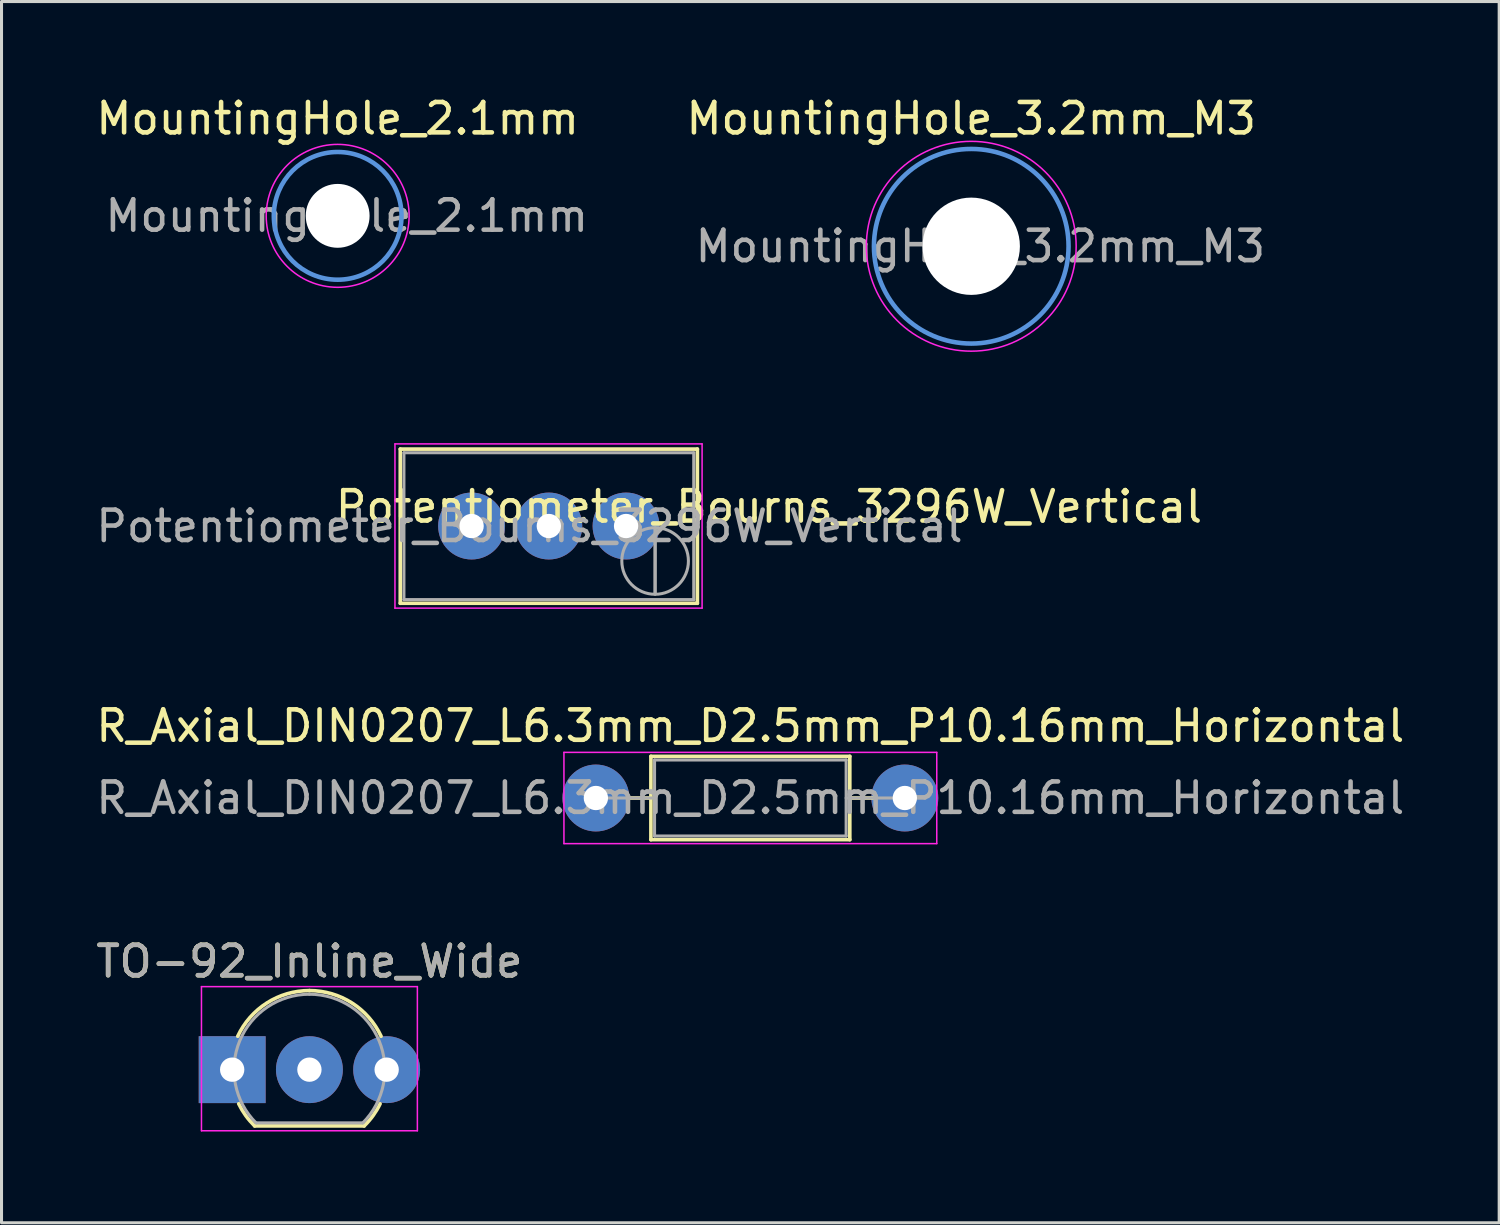
<source format=kicad_pcb>
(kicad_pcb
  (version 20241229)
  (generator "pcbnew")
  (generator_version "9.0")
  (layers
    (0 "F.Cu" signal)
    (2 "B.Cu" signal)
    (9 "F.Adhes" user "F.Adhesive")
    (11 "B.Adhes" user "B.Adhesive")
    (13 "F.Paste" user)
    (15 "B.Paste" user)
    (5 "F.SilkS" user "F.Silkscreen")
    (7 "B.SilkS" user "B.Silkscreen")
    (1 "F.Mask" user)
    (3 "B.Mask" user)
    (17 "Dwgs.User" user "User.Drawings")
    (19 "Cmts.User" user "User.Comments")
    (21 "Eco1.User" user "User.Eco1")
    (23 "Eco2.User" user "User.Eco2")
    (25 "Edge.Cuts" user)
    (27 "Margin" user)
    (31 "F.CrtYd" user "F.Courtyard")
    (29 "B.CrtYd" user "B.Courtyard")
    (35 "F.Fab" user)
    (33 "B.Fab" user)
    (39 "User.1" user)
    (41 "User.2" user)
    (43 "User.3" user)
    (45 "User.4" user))
  (footprint "Potentiometer_Bourns_3296W_Vertical"
    (layer "F.Cu")
    (at 17.538 14.248)
    (property "Reference" "Potentiometer_Bourns_3296W_Vertical" (at 4.699 -0.635 180) (layer "F.SilkS") (effects (font (size 1 1) (thickness 0.15))))
    (attr through_hole)
    (fp_line (start -7.425 -2.53) (end -7.425 2.54) (stroke (width 0.12) (type solid)) (layer "F.SilkS"))
    (fp_line (start -7.425 -2.53) (end 2.345 -2.53) (stroke (width 0.12) (type solid)) (layer "F.SilkS"))
    (fp_line (start -7.425 2.54) (end 2.345 2.54) (stroke (width 0.12) (type solid)) (layer "F.SilkS"))
    (fp_line (start 2.345 -2.53) (end 2.345 2.54) (stroke (width 0.12) (type solid)) (layer "F.SilkS"))
    (fp_line (start -7.6 -2.7) (end -7.6 2.7) (stroke (width 0.05) (type solid)) (layer "F.CrtYd"))
    (fp_line (start -7.6 2.7) (end 2.5 2.7) (stroke (width 0.05) (type solid)) (layer "F.CrtYd"))
    (fp_line (start 2.5 -2.7) (end -7.6 -2.7) (stroke (width 0.05) (type solid)) (layer "F.CrtYd"))
    (fp_line (start 2.5 2.7) (end 2.5 -2.7) (stroke (width 0.05) (type solid)) (layer "F.CrtYd"))
    (fp_line (start -7.305 -2.41) (end -7.305 2.42) (stroke (width 0.1) (type solid)) (layer "F.Fab"))
    (fp_line (start -7.305 2.42) (end 2.225 2.42) (stroke (width 0.1) (type solid)) (layer "F.Fab"))
    (fp_line (start 0.955 2.235) (end 0.956 0.066) (stroke (width 0.1) (type solid)) (layer "F.Fab"))
    (fp_line (start 0.955 2.235) (end 0.956 0.066) (stroke (width 0.1) (type solid)) (layer "F.Fab"))
    (fp_line (start 2.225 -2.41) (end -7.305 -2.41) (stroke (width 0.1) (type solid)) (layer "F.Fab"))
    (fp_line (start 2.225 2.42) (end 2.225 -2.41) (stroke (width 0.1) (type solid)) (layer "F.Fab"))
    (fp_circle (center 0.955 1.15) (end 2.05 1.15) (stroke (width 0.1) (type solid)) (fill no) (layer "F.Fab"))
    (fp_text user "${REFERENCE}" (at -3.175 0.005 180) (layer "F.Fab") (effects (font (size 1 1) (thickness 0.15))))
    (pad "1" thru_hole circle (at 0 0) (size 2.2 2.2) (drill 0.8) (layers "*.Cu" "*.Mask"))
    (pad "2" thru_hole circle (at -2.54 0) (size 2.2 2.2) (drill 0.8) (layers "*.Cu" "*.Mask"))
    (pad "3" thru_hole circle (at -5.08 0) (size 2.2 2.2) (drill 0.8) (layers "*.Cu" "*.Mask")))
  (footprint "TO-92_Inline_Wide"
    (layer "F.Cu")
    (at 4.585 32.125)
    (property "Reference" "TO-92_Inline_Wide" (at 2.54 -3.56 180) (layer "F.SilkS") (effects (font (size 1 1) (thickness 0.15))))
    (attr through_hole)
    (fp_line (start 0.74 1.85) (end 4.34 1.85) (stroke (width 0.12) (type solid)) (layer "F.SilkS"))
    (fp_arc (start 0.1836 -1.098807) (mid 1.143021 -2.192817) (end 2.54 -2.6) (stroke (width 0.12) (type solid)) (layer "F.SilkS"))
    (fp_arc (start 0.74 1.85) (mid 0.446097 1.509328) (end 0.215816 1.122795) (stroke (width 0.12) (type solid)) (layer "F.SilkS"))
    (fp_arc (start 2.54 -2.6) (mid 3.936979 -2.192818) (end 4.8964 -1.098807) (stroke (width 0.12) (type solid)) (layer "F.SilkS"))
    (fp_arc (start 4.864184 1.122795) (mid 4.633903 1.509328) (end 4.34 1.85) (stroke (width 0.12) (type solid)) (layer "F.SilkS"))
    (fp_line (start -1.01 -2.73) (end -1.01 2.01) (stroke (width 0.05) (type solid)) (layer "F.CrtYd"))
    (fp_line (start -1.01 -2.73) (end 6.09 -2.73) (stroke (width 0.05) (type solid)) (layer "F.CrtYd"))
    (fp_line (start 6.09 2.01) (end -1.01 2.01) (stroke (width 0.05) (type solid)) (layer "F.CrtYd"))
    (fp_line (start 6.09 2.01) (end 6.09 -2.73) (stroke (width 0.05) (type solid)) (layer "F.CrtYd"))
    (fp_line (start 0.8 1.75) (end 4.3 1.75) (stroke (width 0.1) (type solid)) (layer "F.Fab"))
    (fp_arc (start 0.786375 1.753625) (mid 0.248779 -0.949055) (end 2.54 -2.48) (stroke (width 0.1) (type solid)) (layer "F.Fab"))
    (fp_arc (start 2.54 -2.48) (mid 4.831221 -0.949055) (end 4.293625 1.753625) (stroke (width 0.1) (type solid)) (layer "F.Fab"))
    (fp_text user "${REFERENCE}" (at 2.54 -3.56 180) (layer "F.Fab") (effects (font (size 1 1) (thickness 0.15))))
    (pad "1" thru_hole rect (at 0 0 90) (size 2.2 2.2) (drill 0.8) (layers "*.Cu" "*.Mask"))
    (pad "2" thru_hole circle (at 2.54 0 90) (size 2.2 2.2) (drill 0.8) (layers "*.Cu" "*.Mask"))
    (pad "3" thru_hole circle (at 5.08 0 90) (size 2.2 2.2) (drill 0.8) (layers "*.Cu" "*.Mask")))
  (footprint "R_Axial_DIN0207_L6.3mm_D2.5mm_P10.16mm_Horizontal"
    (layer "F.Cu")
    (at 16.545 23.192)
    (property "Reference" "R_Axial_DIN0207_L6.3mm_D2.5mm_P10.16mm_Horizontal" (at 5.08 -2.37 0) (layer "F.SilkS") (effects (font (size 1 1) (thickness 0.15))))
    (attr through_hole)
    (fp_line (start 1.04 0) (end 1.81 0) (stroke (width 0.12) (type solid)) (layer "F.SilkS"))
    (fp_line (start 1.81 -1.37) (end 1.81 1.37) (stroke (width 0.12) (type solid)) (layer "F.SilkS"))
    (fp_line (start 1.81 1.37) (end 8.35 1.37) (stroke (width 0.12) (type solid)) (layer "F.SilkS"))
    (fp_line (start 8.35 -1.37) (end 1.81 -1.37) (stroke (width 0.12) (type solid)) (layer "F.SilkS"))
    (fp_line (start 8.35 1.37) (end 8.35 -1.37) (stroke (width 0.12) (type solid)) (layer "F.SilkS"))
    (fp_line (start 9.12 0) (end 8.35 0) (stroke (width 0.12) (type solid)) (layer "F.SilkS"))
    (fp_line (start -1.05 -1.5) (end -1.05 1.5) (stroke (width 0.05) (type solid)) (layer "F.CrtYd"))
    (fp_line (start -1.05 1.5) (end 11.21 1.5) (stroke (width 0.05) (type solid)) (layer "F.CrtYd"))
    (fp_line (start 11.21 -1.5) (end -1.05 -1.5) (stroke (width 0.05) (type solid)) (layer "F.CrtYd"))
    (fp_line (start 11.21 1.5) (end 11.21 -1.5) (stroke (width 0.05) (type solid)) (layer "F.CrtYd"))
    (fp_line (start 0 0) (end 1.93 0) (stroke (width 0.1) (type solid)) (layer "F.Fab"))
    (fp_line (start 1.93 -1.25) (end 1.93 1.25) (stroke (width 0.1) (type solid)) (layer "F.Fab"))
    (fp_line (start 1.93 1.25) (end 8.23 1.25) (stroke (width 0.1) (type solid)) (layer "F.Fab"))
    (fp_line (start 8.23 -1.25) (end 1.93 -1.25) (stroke (width 0.1) (type solid)) (layer "F.Fab"))
    (fp_line (start 8.23 1.25) (end 8.23 -1.25) (stroke (width 0.1) (type solid)) (layer "F.Fab"))
    (fp_line (start 10.16 0) (end 8.23 0) (stroke (width 0.1) (type solid)) (layer "F.Fab"))
    (fp_text user "${REFERENCE}" (at 5.08 0 0) (layer "F.Fab") (effects (font (size 1 1) (thickness 0.15))))
    (pad "1" thru_hole circle (at 0 0) (size 2.2 2.2) (drill 0.8) (layers "*.Cu" "*.Mask"))
    (pad "2" thru_hole circle (at 10.16 0) (size 2.2 2.2) (drill 0.8) (layers "*.Cu" "*.Mask")))
  (footprint "MountingHole_3.2mm_M3"
    (layer "F.Cu")
    (at 28.889 5.048)
    (property "Reference" "MountingHole_3.2mm_M3" (at 0 -4.2 0) (layer "F.SilkS") (effects (font (size 1 1) (thickness 0.15))))
    (attr exclude_from_pos_files exclude_from_bom)
    (fp_circle (center 0 0) (end 3.2 0) (stroke (width 0.15) (type solid)) (fill no) (layer "Cmts.User"))
    (fp_circle (center 0 0) (end 3.45 0) (stroke (width 0.05) (type solid)) (fill no) (layer "F.CrtYd"))
    (fp_text user "${REFERENCE}" (at 0.3 0 0) (layer "F.Fab") (effects (font (size 1 1) (thickness 0.15))))
    (pad "" np_thru_hole circle (at 0 0) (size 3.2 3.2) (drill 3.2) (layers "*.Cu" "*.Mask")))
  (footprint "MountingHole_2.1mm"
    (layer "F.Cu")
    (at 8.054 4.048)
    (property "Reference" "MountingHole_2.1mm" (at 0 -3.2 0) (layer "F.SilkS") (effects (font (size 1 1) (thickness 0.15))))
    (attr exclude_from_pos_files exclude_from_bom)
    (fp_circle (center 0 0) (end 2.1 0) (stroke (width 0.15) (type solid)) (fill no) (layer "Cmts.User"))
    (fp_circle (center 0 0) (end 2.35 0) (stroke (width 0.05) (type solid)) (fill no) (layer "F.CrtYd"))
    (fp_text user "${REFERENCE}" (at 0.3 0 0) (layer "F.Fab") (effects (font (size 1 1) (thickness 0.15))))
    (pad "" np_thru_hole circle (at 0 0) (size 2.1 2.1) (drill 2.1) (layers "*.Cu" "*.Mask")))
  (gr_rect
    (start -3 -3)
    (end 46.25 37.16)
    (stroke (width 0.1) (type default))
    (fill no)
    (layer "Edge.Cuts")))
</source>
